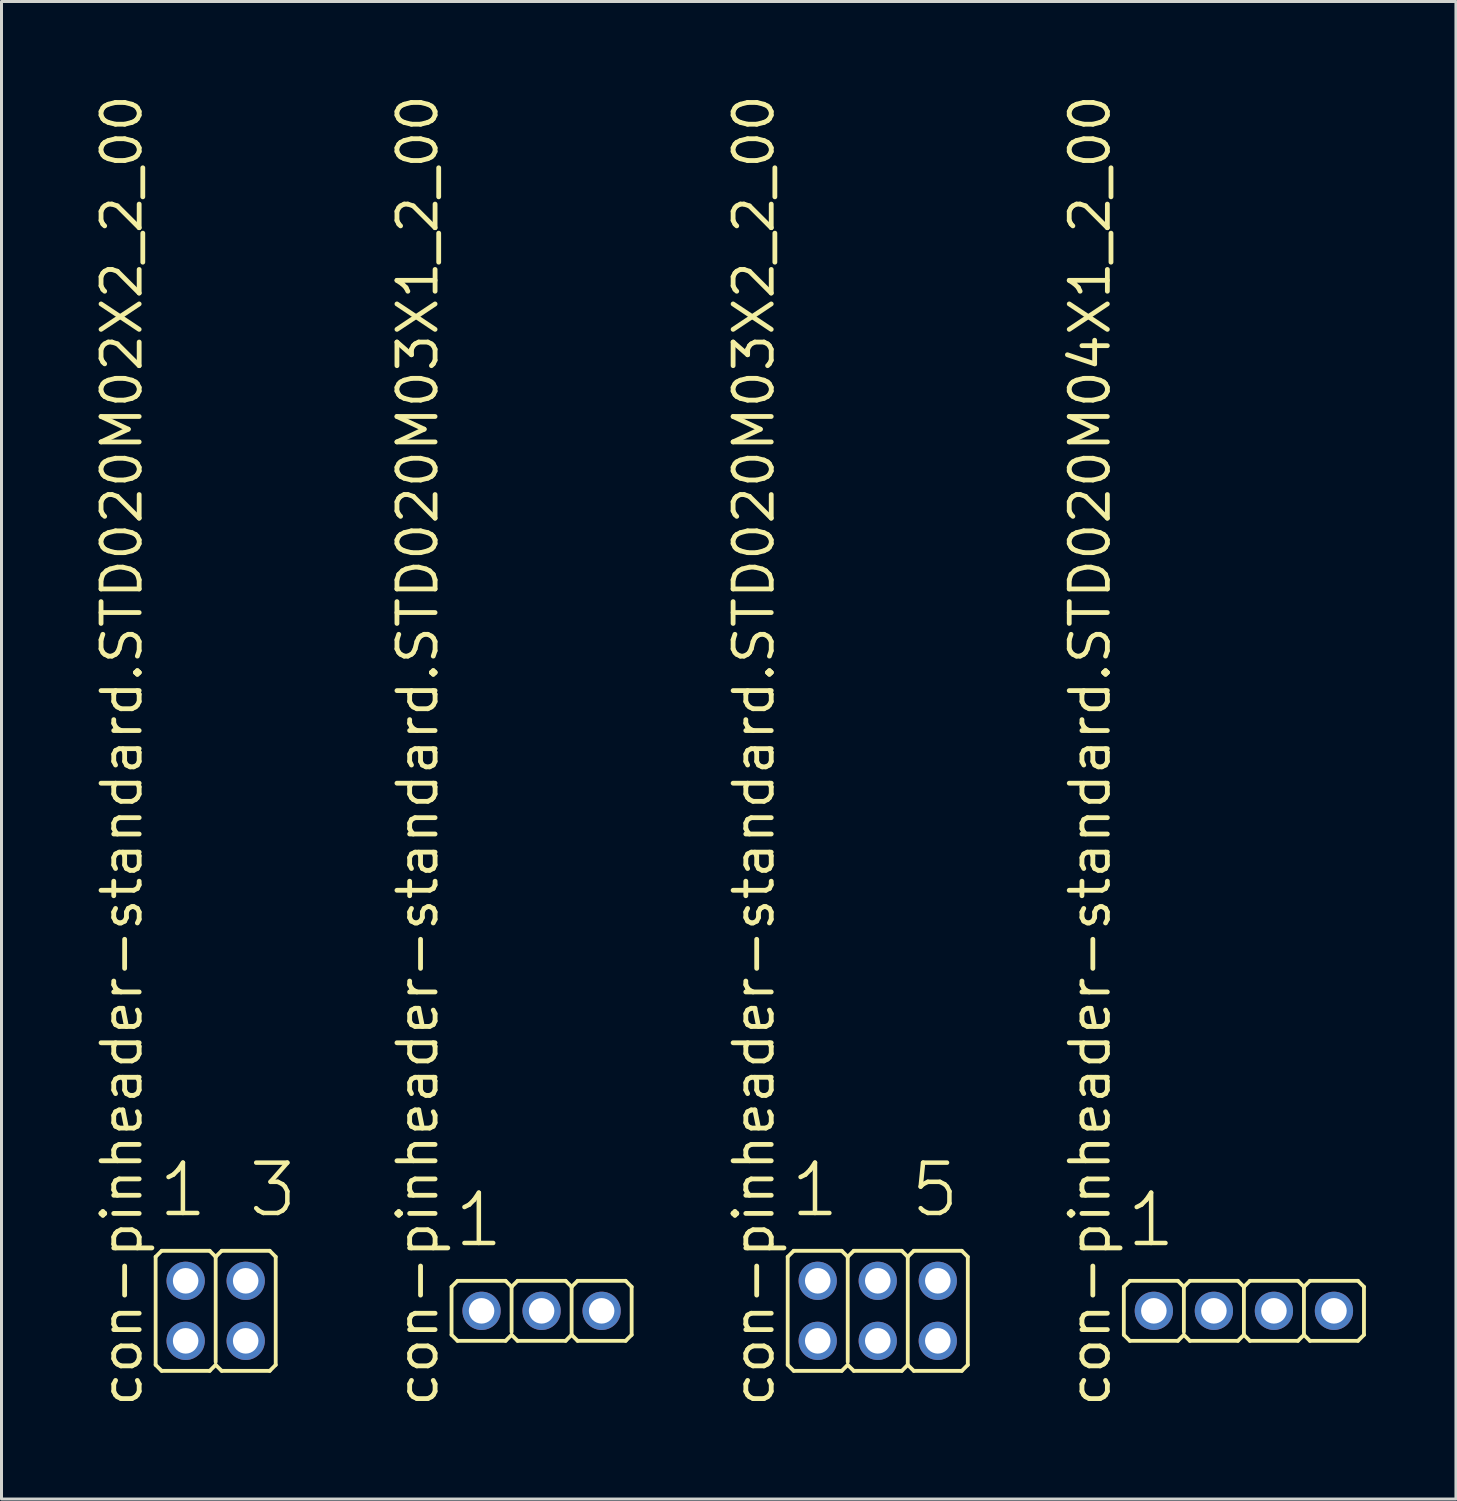
<source format=kicad_pcb>
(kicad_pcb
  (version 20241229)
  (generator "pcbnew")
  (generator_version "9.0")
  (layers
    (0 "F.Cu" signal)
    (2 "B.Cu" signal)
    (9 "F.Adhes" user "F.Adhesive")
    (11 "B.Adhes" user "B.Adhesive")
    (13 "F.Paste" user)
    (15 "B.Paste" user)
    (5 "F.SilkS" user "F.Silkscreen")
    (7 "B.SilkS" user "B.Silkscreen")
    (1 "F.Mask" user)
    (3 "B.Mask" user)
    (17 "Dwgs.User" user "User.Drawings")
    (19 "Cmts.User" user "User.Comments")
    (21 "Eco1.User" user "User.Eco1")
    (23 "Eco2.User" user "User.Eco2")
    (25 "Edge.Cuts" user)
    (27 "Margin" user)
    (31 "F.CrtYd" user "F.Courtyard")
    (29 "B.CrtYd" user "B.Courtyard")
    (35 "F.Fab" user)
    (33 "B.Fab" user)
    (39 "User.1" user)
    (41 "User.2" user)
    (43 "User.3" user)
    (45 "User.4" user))
  (footprint "con-pinheader-standard.STD020M03X1_2_00"
    (layer "F.Cu")
    (at 14.993 40.62)
    (property "Reference" "con-pinheader-standard.STD020M03X1_2_00" (at -3.385 3.27 90) (layer "F.SilkS") (effects (font (size 1.27 1.27) (thickness 0.16)) (justify left bottom)))
    (attr through_hole)
    (fp_line (start -3 0.8) (end -3 -0.8) (stroke (width 0.127) (type default)) (layer "F.SilkS"))
    (fp_line (start -2.8 -1) (end -3 -0.8) (stroke (width 0.127) (type default)) (layer "F.SilkS"))
    (fp_line (start -2.8 -1) (end -1.2 -1) (stroke (width 0.127) (type default)) (layer "F.SilkS"))
    (fp_line (start -2.8 1) (end -3 0.8) (stroke (width 0.127) (type default)) (layer "F.SilkS"))
    (fp_line (start -1.2 -1) (end -1 -0.8) (stroke (width 0.127) (type default)) (layer "F.SilkS"))
    (fp_line (start -1.2 1) (end -2.8 1) (stroke (width 0.127) (type default)) (layer "F.SilkS"))
    (fp_line (start -1.2 1) (end -1 0.8) (stroke (width 0.127) (type default)) (layer "F.SilkS"))
    (fp_line (start -1 -0.8) (end -1 0.7) (stroke (width 0.127) (type default)) (layer "F.SilkS"))
    (fp_line (start -0.8 -1) (end -1 -0.8) (stroke (width 0.127) (type default)) (layer "F.SilkS"))
    (fp_line (start -0.8 -1) (end 0.8 -1) (stroke (width 0.127) (type default)) (layer "F.SilkS"))
    (fp_line (start -0.8 1) (end -1 0.8) (stroke (width 0.127) (type default)) (layer "F.SilkS"))
    (fp_line (start 0.8 -1) (end 1 -0.8) (stroke (width 0.127) (type default)) (layer "F.SilkS"))
    (fp_line (start 0.8 1) (end -0.8 1) (stroke (width 0.127) (type default)) (layer "F.SilkS"))
    (fp_line (start 0.8 1) (end 1 0.8) (stroke (width 0.127) (type default)) (layer "F.SilkS"))
    (fp_line (start 1 -0.8) (end 1 0.8) (stroke (width 0.127) (type default)) (layer "F.SilkS"))
    (fp_line (start 1.2 -1) (end 1 -0.8) (stroke (width 0.127) (type default)) (layer "F.SilkS"))
    (fp_line (start 1.2 -1) (end 2.8 -1) (stroke (width 0.127) (type default)) (layer "F.SilkS"))
    (fp_line (start 1.2 1) (end 1 0.8) (stroke (width 0.127) (type default)) (layer "F.SilkS"))
    (fp_line (start 2.8 -1) (end 3 -0.8) (stroke (width 0.127) (type default)) (layer "F.SilkS"))
    (fp_line (start 2.8 1) (end 1.2 1) (stroke (width 0.127) (type default)) (layer "F.SilkS"))
    (fp_line (start 2.8 1) (end 3 0.8) (stroke (width 0.127) (type default)) (layer "F.SilkS"))
    (fp_line (start 3 -0.8) (end 3 0.8) (stroke (width 0.127) (type default)) (layer "F.SilkS"))
    (fp_rect (start -2.25 0.25) (end -1.75 -0.25) (stroke (width 0.05) (type default)) (fill no) (layer "F.Fab"))
    (fp_rect (start -0.25 0.25) (end 0.25 -0.25) (stroke (width 0.05) (type default)) (fill no) (layer "F.Fab"))
    (fp_rect (start 1.75 0.25) (end 2.25 -0.25) (stroke (width 0.05) (type default)) (fill no) (layer "F.Fab"))
    (fp_text user "1" (at -2.988 -2.048 0) (layer "F.SilkS") (effects (font (size 1.676 1.676) (thickness 0.15)) (justify left bottom)))
    (pad "1" thru_hole circle (at -2 0) (size 1.275 1.275) (drill 0.85) (layers "*.Cu" "*.Mask"))
    (pad "2" thru_hole circle (at 0 0) (size 1.275 1.275) (drill 0.85) (layers "*.Cu" "*.Mask"))
    (pad "3" thru_hole circle (at 2 0) (size 1.275 1.275) (drill 0.85) (layers "*.Cu" "*.Mask")))
  (footprint "con-pinheader-standard.STD020M03X2_2_00"
    (layer "F.Cu")
    (at 26.192 40.62)
    (property "Reference" "con-pinheader-standard.STD020M03X2_2_00" (at -3.385 3.27 90) (layer "F.SilkS") (effects (font (size 1.27 1.27) (thickness 0.16)) (justify left bottom)))
    (attr through_hole)
    (fp_line (start -3 1.8) (end -3 -1.8) (stroke (width 0.127) (type default)) (layer "F.SilkS"))
    (fp_line (start -2.8 -2) (end -3 -1.8) (stroke (width 0.127) (type default)) (layer "F.SilkS"))
    (fp_line (start -2.8 -2) (end -1.2 -2) (stroke (width 0.127) (type default)) (layer "F.SilkS"))
    (fp_line (start -2.8 2) (end -3 1.8) (stroke (width 0.127) (type default)) (layer "F.SilkS"))
    (fp_line (start -1.2 -2) (end -1 -1.8) (stroke (width 0.127) (type default)) (layer "F.SilkS"))
    (fp_line (start -1.2 2) (end -2.8 2) (stroke (width 0.127) (type default)) (layer "F.SilkS"))
    (fp_line (start -1.2 2) (end -1 1.8) (stroke (width 0.127) (type default)) (layer "F.SilkS"))
    (fp_line (start -1 -1.8) (end -1 1.7) (stroke (width 0.127) (type default)) (layer "F.SilkS"))
    (fp_line (start -0.8 -2) (end -1 -1.8) (stroke (width 0.127) (type default)) (layer "F.SilkS"))
    (fp_line (start -0.8 -2) (end 0.8 -2) (stroke (width 0.127) (type default)) (layer "F.SilkS"))
    (fp_line (start -0.8 2) (end -1 1.8) (stroke (width 0.127) (type default)) (layer "F.SilkS"))
    (fp_line (start 0.8 -2) (end 1 -1.8) (stroke (width 0.127) (type default)) (layer "F.SilkS"))
    (fp_line (start 0.8 2) (end -0.8 2) (stroke (width 0.127) (type default)) (layer "F.SilkS"))
    (fp_line (start 0.8 2) (end 1 1.8) (stroke (width 0.127) (type default)) (layer "F.SilkS"))
    (fp_line (start 1 -1.8) (end 1 1.8) (stroke (width 0.127) (type default)) (layer "F.SilkS"))
    (fp_line (start 1.2 -2) (end 1 -1.8) (stroke (width 0.127) (type default)) (layer "F.SilkS"))
    (fp_line (start 1.2 -2) (end 2.8 -2) (stroke (width 0.127) (type default)) (layer "F.SilkS"))
    (fp_line (start 1.2 2) (end 1 1.8) (stroke (width 0.127) (type default)) (layer "F.SilkS"))
    (fp_line (start 2.8 -2) (end 3 -1.8) (stroke (width 0.127) (type default)) (layer "F.SilkS"))
    (fp_line (start 2.8 2) (end 1.2 2) (stroke (width 0.127) (type default)) (layer "F.SilkS"))
    (fp_line (start 2.8 2) (end 3 1.8) (stroke (width 0.127) (type default)) (layer "F.SilkS"))
    (fp_line (start 3 -1.8) (end 3 1.8) (stroke (width 0.127) (type default)) (layer "F.SilkS"))
    (fp_rect (start -2.25 -0.75) (end -1.75 -1.25) (stroke (width 0.05) (type default)) (fill no) (layer "F.Fab"))
    (fp_rect (start -2.25 1.25) (end -1.75 0.75) (stroke (width 0.05) (type default)) (fill no) (layer "F.Fab"))
    (fp_rect (start -0.25 -0.75) (end 0.25 -1.25) (stroke (width 0.05) (type default)) (fill no) (layer "F.Fab"))
    (fp_rect (start -0.25 1.25) (end 0.25 0.75) (stroke (width 0.05) (type default)) (fill no) (layer "F.Fab"))
    (fp_rect (start 1.75 -0.75) (end 2.25 -1.25) (stroke (width 0.05) (type default)) (fill no) (layer "F.Fab"))
    (fp_rect (start 1.75 1.25) (end 2.25 0.75) (stroke (width 0.05) (type default)) (fill no) (layer "F.Fab"))
    (fp_text user "5" (at 1.012 -3.048 0) (layer "F.SilkS") (effects (font (size 1.676 1.676) (thickness 0.15)) (justify left bottom)))
    (fp_text user "1" (at -2.988 -3.048 0) (layer "F.SilkS") (effects (font (size 1.676 1.676) (thickness 0.15)) (justify left bottom)))
    (pad "1" thru_hole circle (at -2 -1) (size 1.275 1.275) (drill 0.85) (layers "*.Cu" "*.Mask"))
    (pad "2" thru_hole circle (at -2 1) (size 1.275 1.275) (drill 0.85) (layers "*.Cu" "*.Mask"))
    (pad "3" thru_hole circle (at 0 -1) (size 1.275 1.275) (drill 0.85) (layers "*.Cu" "*.Mask"))
    (pad "4" thru_hole circle (at 0 1) (size 1.275 1.275) (drill 0.85) (layers "*.Cu" "*.Mask"))
    (pad "5" thru_hole circle (at 2 -1) (size 1.275 1.275) (drill 0.85) (layers "*.Cu" "*.Mask"))
    (pad "6" thru_hole circle (at 2 1) (size 1.275 1.275) (drill 0.85) (layers "*.Cu" "*.Mask")))
  (footprint "con-pinheader-standard.STD020M02X2_2_00"
    (layer "F.Cu")
    (at 4.135 40.62)
    (property "Reference" "con-pinheader-standard.STD020M02X2_2_00" (at -2.385 3.27 90) (layer "F.SilkS") (effects (font (size 1.27 1.27) (thickness 0.16)) (justify left bottom)))
    (attr through_hole)
    (fp_line (start -2 1.8) (end -2 -1.8) (stroke (width 0.127) (type default)) (layer "F.SilkS"))
    (fp_line (start -1.8 -2) (end -2 -1.8) (stroke (width 0.127) (type default)) (layer "F.SilkS"))
    (fp_line (start -1.8 -2) (end -0.2 -2) (stroke (width 0.127) (type default)) (layer "F.SilkS"))
    (fp_line (start -1.8 2) (end -2 1.8) (stroke (width 0.127) (type default)) (layer "F.SilkS"))
    (fp_line (start -0.2 -2) (end 0 -1.8) (stroke (width 0.127) (type default)) (layer "F.SilkS"))
    (fp_line (start -0.2 2) (end -1.8 2) (stroke (width 0.127) (type default)) (layer "F.SilkS"))
    (fp_line (start -0.2 2) (end 0 1.8) (stroke (width 0.127) (type default)) (layer "F.SilkS"))
    (fp_line (start 0 -1.8) (end 0 1.7) (stroke (width 0.127) (type default)) (layer "F.SilkS"))
    (fp_line (start 0.2 -2) (end 0 -1.8) (stroke (width 0.127) (type default)) (layer "F.SilkS"))
    (fp_line (start 0.2 -2) (end 1.8 -2) (stroke (width 0.127) (type default)) (layer "F.SilkS"))
    (fp_line (start 0.2 2) (end 0 1.8) (stroke (width 0.127) (type default)) (layer "F.SilkS"))
    (fp_line (start 1.8 -2) (end 2 -1.8) (stroke (width 0.127) (type default)) (layer "F.SilkS"))
    (fp_line (start 1.8 2) (end 0.2 2) (stroke (width 0.127) (type default)) (layer "F.SilkS"))
    (fp_line (start 1.8 2) (end 2 1.8) (stroke (width 0.127) (type default)) (layer "F.SilkS"))
    (fp_line (start 2 -1.8) (end 2 1.8) (stroke (width 0.127) (type default)) (layer "F.SilkS"))
    (fp_rect (start -1.25 -0.75) (end -0.75 -1.25) (stroke (width 0.05) (type default)) (fill no) (layer "F.Fab"))
    (fp_rect (start -1.25 1.25) (end -0.75 0.75) (stroke (width 0.05) (type default)) (fill no) (layer "F.Fab"))
    (fp_rect (start 0.75 -0.75) (end 1.25 -1.25) (stroke (width 0.05) (type default)) (fill no) (layer "F.Fab"))
    (fp_rect (start 0.75 1.25) (end 1.25 0.75) (stroke (width 0.05) (type default)) (fill no) (layer "F.Fab"))
    (fp_text user "1" (at -1.988 -3.048 0) (layer "F.SilkS") (effects (font (size 1.676 1.676) (thickness 0.15)) (justify left bottom)))
    (fp_text user "3" (at 1.012 -3.048 0) (layer "F.SilkS") (effects (font (size 1.676 1.676) (thickness 0.15)) (justify left bottom)))
    (pad "1" thru_hole circle (at -1 -1) (size 1.275 1.275) (drill 0.85) (layers "*.Cu" "*.Mask"))
    (pad "2" thru_hole circle (at -1 1) (size 1.275 1.275) (drill 0.85) (layers "*.Cu" "*.Mask"))
    (pad "3" thru_hole circle (at 1 -1) (size 1.275 1.275) (drill 0.85) (layers "*.Cu" "*.Mask"))
    (pad "4" thru_hole circle (at 1 1) (size 1.275 1.275) (drill 0.85) (layers "*.Cu" "*.Mask")))
  (footprint "con-pinheader-standard.STD020M04X1_2_00"
    (layer "F.Cu")
    (at 38.39 40.62)
    (property "Reference" "con-pinheader-standard.STD020M04X1_2_00" (at -4.385 3.27 90) (layer "F.SilkS") (effects (font (size 1.27 1.27) (thickness 0.16)) (justify left bottom)))
    (attr through_hole)
    (fp_line (start -4 0.8) (end -4 -0.8) (stroke (width 0.127) (type default)) (layer "F.SilkS"))
    (fp_line (start -3.8 -1) (end -4 -0.8) (stroke (width 0.127) (type default)) (layer "F.SilkS"))
    (fp_line (start -3.8 -1) (end -2.2 -1) (stroke (width 0.127) (type default)) (layer "F.SilkS"))
    (fp_line (start -3.8 1) (end -4 0.8) (stroke (width 0.127) (type default)) (layer "F.SilkS"))
    (fp_line (start -2.2 -1) (end -2 -0.8) (stroke (width 0.127) (type default)) (layer "F.SilkS"))
    (fp_line (start -2.2 1) (end -3.8 1) (stroke (width 0.127) (type default)) (layer "F.SilkS"))
    (fp_line (start -2.2 1) (end -2 0.8) (stroke (width 0.127) (type default)) (layer "F.SilkS"))
    (fp_line (start -2 -0.8) (end -2 0.7) (stroke (width 0.127) (type default)) (layer "F.SilkS"))
    (fp_line (start -1.8 -1) (end -2 -0.8) (stroke (width 0.127) (type default)) (layer "F.SilkS"))
    (fp_line (start -1.8 -1) (end -0.2 -1) (stroke (width 0.127) (type default)) (layer "F.SilkS"))
    (fp_line (start -1.8 1) (end -2 0.8) (stroke (width 0.127) (type default)) (layer "F.SilkS"))
    (fp_line (start -0.2 -1) (end 0 -0.8) (stroke (width 0.127) (type default)) (layer "F.SilkS"))
    (fp_line (start -0.2 1) (end -1.8 1) (stroke (width 0.127) (type default)) (layer "F.SilkS"))
    (fp_line (start -0.2 1) (end 0 0.8) (stroke (width 0.127) (type default)) (layer "F.SilkS"))
    (fp_line (start 0 -0.8) (end 0 0.8) (stroke (width 0.127) (type default)) (layer "F.SilkS"))
    (fp_line (start 0.2 -1) (end 0 -0.8) (stroke (width 0.127) (type default)) (layer "F.SilkS"))
    (fp_line (start 0.2 -1) (end 1.8 -1) (stroke (width 0.127) (type default)) (layer "F.SilkS"))
    (fp_line (start 0.2 1) (end 0 0.8) (stroke (width 0.127) (type default)) (layer "F.SilkS"))
    (fp_line (start 1.8 -1) (end 2 -0.8) (stroke (width 0.127) (type default)) (layer "F.SilkS"))
    (fp_line (start 1.8 1) (end 0.2 1) (stroke (width 0.127) (type default)) (layer "F.SilkS"))
    (fp_line (start 1.8 1) (end 2 0.8) (stroke (width 0.127) (type default)) (layer "F.SilkS"))
    (fp_line (start 2 -0.8) (end 2 0.8) (stroke (width 0.127) (type default)) (layer "F.SilkS"))
    (fp_line (start 2.2 -1) (end 2 -0.8) (stroke (width 0.127) (type default)) (layer "F.SilkS"))
    (fp_line (start 2.2 -1) (end 3.8 -1) (stroke (width 0.127) (type default)) (layer "F.SilkS"))
    (fp_line (start 2.2 1) (end 2 0.8) (stroke (width 0.127) (type default)) (layer "F.SilkS"))
    (fp_line (start 3.8 -1) (end 4 -0.8) (stroke (width 0.127) (type default)) (layer "F.SilkS"))
    (fp_line (start 3.8 1) (end 2.2 1) (stroke (width 0.127) (type default)) (layer "F.SilkS"))
    (fp_line (start 3.8 1) (end 4 0.8) (stroke (width 0.127) (type default)) (layer "F.SilkS"))
    (fp_line (start 4 -0.8) (end 4 0.8) (stroke (width 0.127) (type default)) (layer "F.SilkS"))
    (fp_rect (start -3.25 0.25) (end -2.75 -0.25) (stroke (width 0.05) (type default)) (fill no) (layer "F.Fab"))
    (fp_rect (start -1.25 0.25) (end -0.75 -0.25) (stroke (width 0.05) (type default)) (fill no) (layer "F.Fab"))
    (fp_rect (start 0.75 0.25) (end 1.25 -0.25) (stroke (width 0.05) (type default)) (fill no) (layer "F.Fab"))
    (fp_rect (start 2.75 0.25) (end 3.25 -0.25) (stroke (width 0.05) (type default)) (fill no) (layer "F.Fab"))
    (fp_text user "1" (at -3.988 -2.048 0) (layer "F.SilkS") (effects (font (size 1.676 1.676) (thickness 0.15)) (justify left bottom)))
    (pad "1" thru_hole circle (at -3 0) (size 1.275 1.275) (drill 0.85) (layers "*.Cu" "*.Mask"))
    (pad "2" thru_hole circle (at -1 0) (size 1.275 1.275) (drill 0.85) (layers "*.Cu" "*.Mask"))
    (pad "3" thru_hole circle (at 1 0) (size 1.275 1.275) (drill 0.85) (layers "*.Cu" "*.Mask"))
    (pad "4" thru_hole circle (at 3 0) (size 1.275 1.275) (drill 0.85) (layers "*.Cu" "*.Mask")))
  (gr_rect
    (start -3 -3)
    (end 45.454 46.89)
    (stroke (width 0.1) (type default))
    (fill no)
    (layer "Edge.Cuts")))
</source>
